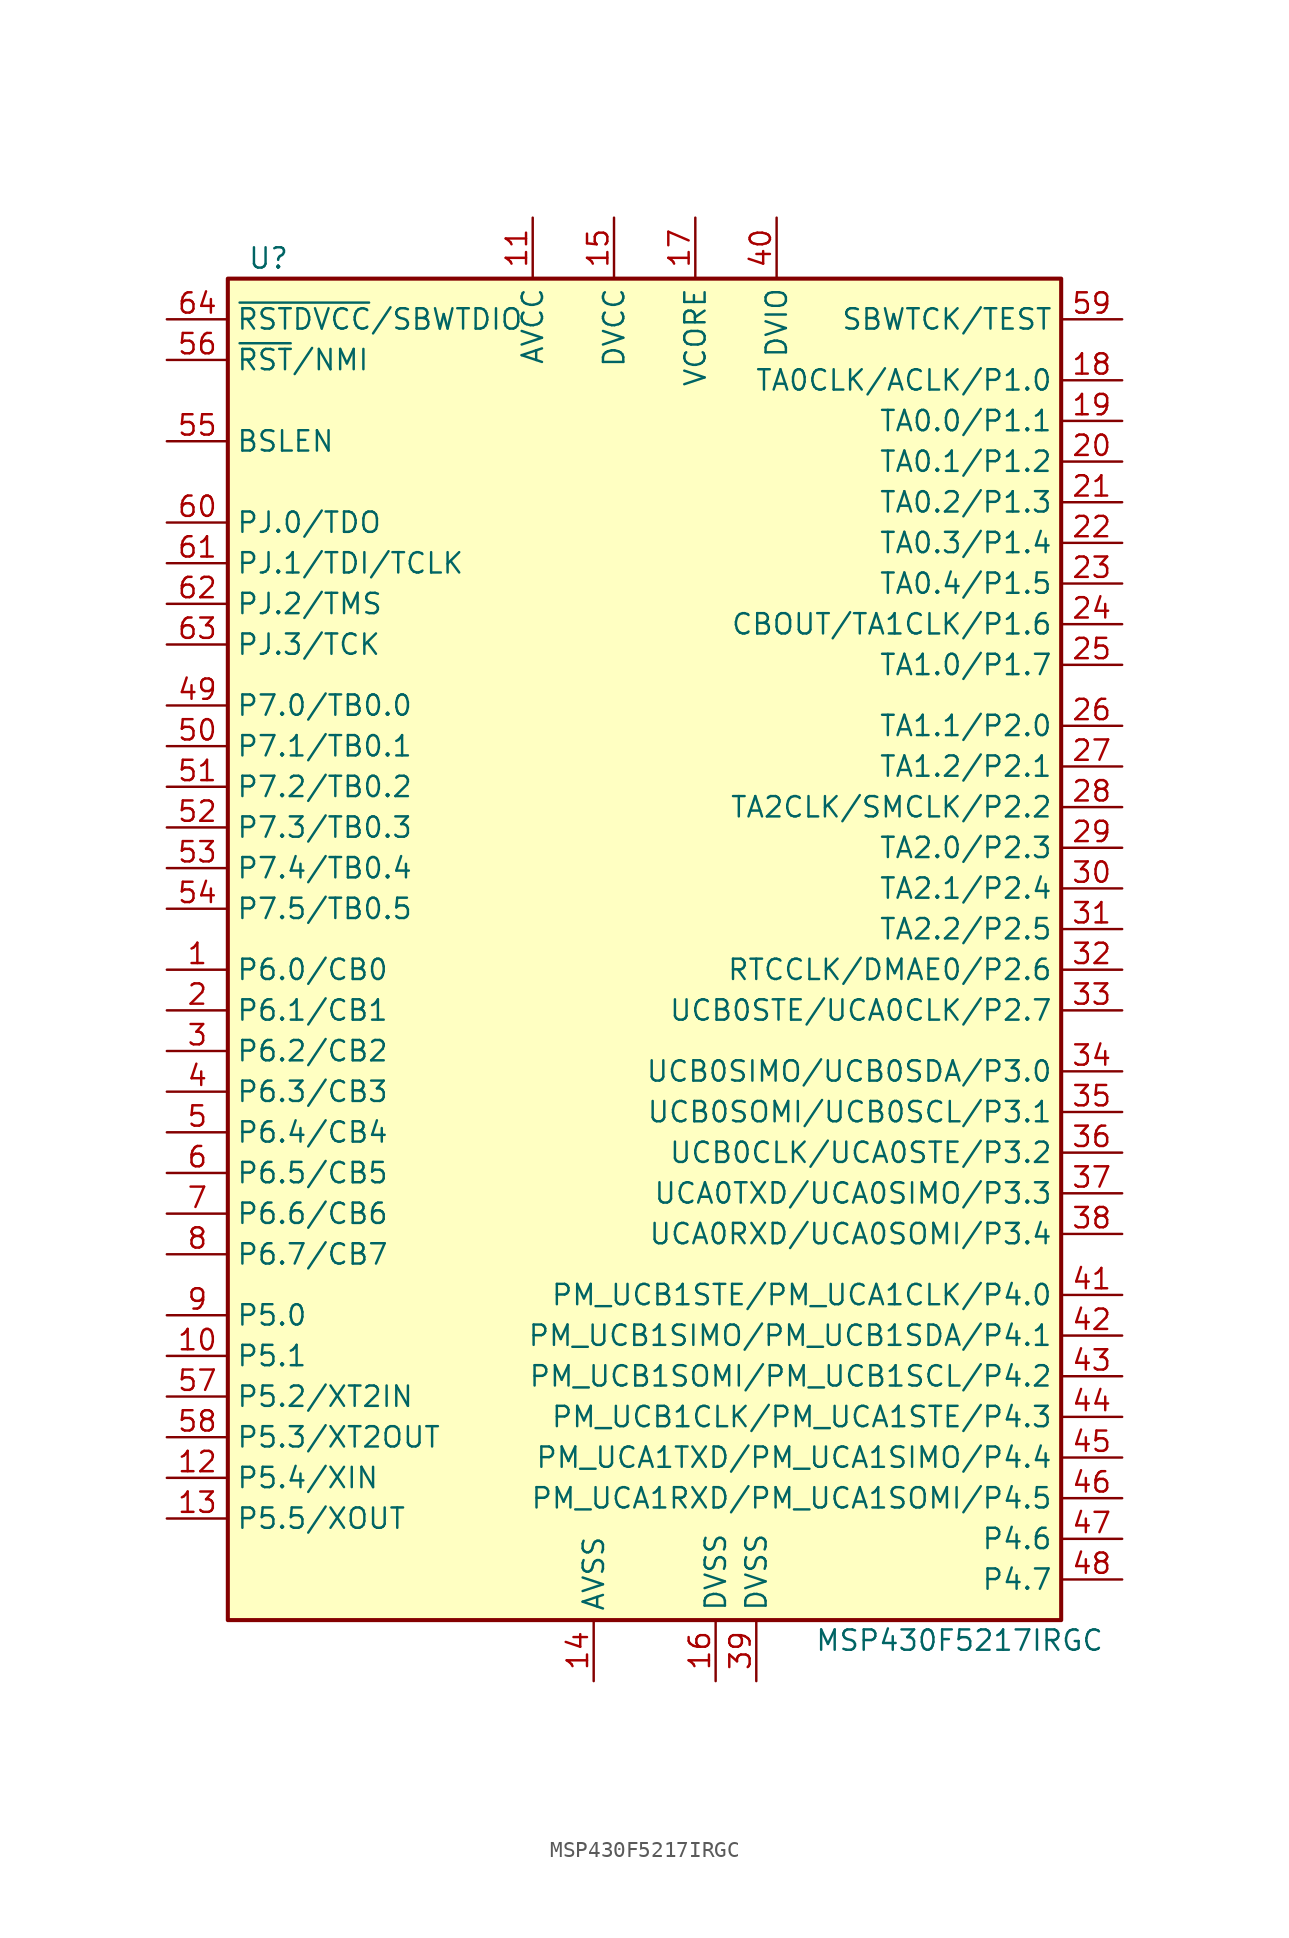
<source format=kicad_sym>
(kicad_symbol_lib
  (version 20201005)
  (generator kicad_symbol_editor)
  (symbol "MCU_Texas_MSP430:MSP430F5217IRGC"
    (property "Reference" "U"
      (at -24.13 43.18 0)
      (effects (font (size 1.27 1.27))))
    (property "Value" "MSP430F5217IRGC"
      (at 19.05 -43.18 0)
      (effects (font (size 1.27 1.27))))
    (symbol "MSP430F5217IRGC_0_1"
      (rectangle (start -26.67 41.91) (end 25.4 -41.91) (stroke (width 0.254)) (fill (type background))))
    (symbol "MSP430F5217IRGC_1_1"
      (pin bidirectional line (at -30.48 -1.27 0) (length 3.81) (name "P6.0/CB0" (effects (font (size 1.27 1.27)))) (number "1" (effects (font (size 1.27 1.27)))))
      (pin bidirectional line (at -30.48 -25.4 0) (length 3.81) (name "P5.1" (effects (font (size 1.27 1.27)))) (number "10" (effects (font (size 1.27 1.27)))))
      (pin power_in line (at -7.62 45.72 270) (length 3.81) (name "AVCC" (effects (font (size 1.27 1.27)))) (number "11" (effects (font (size 1.27 1.27)))))
      (pin bidirectional line (at -30.48 -33.02 0) (length 3.81) (name "P5.4/XIN" (effects (font (size 1.27 1.27)))) (number "12" (effects (font (size 1.27 1.27)))))
      (pin bidirectional line (at -30.48 -35.56 0) (length 3.81) (name "P5.5/XOUT" (effects (font (size 1.27 1.27)))) (number "13" (effects (font (size 1.27 1.27)))))
      (pin power_in line (at -3.81 -45.72 90) (length 3.81) (name "AVSS" (effects (font (size 1.27 1.27)))) (number "14" (effects (font (size 1.27 1.27)))))
      (pin power_in line (at -2.54 45.72 270) (length 3.81) (name "DVCC" (effects (font (size 1.27 1.27)))) (number "15" (effects (font (size 1.27 1.27)))))
      (pin power_in line (at 3.81 -45.72 90) (length 3.81) (name "DVSS" (effects (font (size 1.27 1.27)))) (number "16" (effects (font (size 1.27 1.27)))))
      (pin power_in line (at 2.54 45.72 270) (length 3.81) (name "VCORE" (effects (font (size 1.27 1.27)))) (number "17" (effects (font (size 1.27 1.27)))))
      (pin bidirectional line (at 29.21 35.56 180) (length 3.81) (name "TA0CLK/ACLK/P1.0" (effects (font (size 1.27 1.27)))) (number "18" (effects (font (size 1.27 1.27)))))
      (pin bidirectional line (at 29.21 33.02 180) (length 3.81) (name "TA0.0/P1.1" (effects (font (size 1.27 1.27)))) (number "19" (effects (font (size 1.27 1.27)))))
      (pin bidirectional line (at -30.48 -3.81 0) (length 3.81) (name "P6.1/CB1" (effects (font (size 1.27 1.27)))) (number "2" (effects (font (size 1.27 1.27)))))
      (pin bidirectional line (at 29.21 30.48 180) (length 3.81) (name "TA0.1/P1.2" (effects (font (size 1.27 1.27)))) (number "20" (effects (font (size 1.27 1.27)))))
      (pin bidirectional line (at 29.21 27.94 180) (length 3.81) (name "TA0.2/P1.3" (effects (font (size 1.27 1.27)))) (number "21" (effects (font (size 1.27 1.27)))))
      (pin bidirectional line (at 29.21 25.4 180) (length 3.81) (name "TA0.3/P1.4" (effects (font (size 1.27 1.27)))) (number "22" (effects (font (size 1.27 1.27)))))
      (pin bidirectional line (at 29.21 22.86 180) (length 3.81) (name "TA0.4/P1.5" (effects (font (size 1.27 1.27)))) (number "23" (effects (font (size 1.27 1.27)))))
      (pin bidirectional line (at 29.21 20.32 180) (length 3.81) (name "CBOUT/TA1CLK/P1.6" (effects (font (size 1.27 1.27)))) (number "24" (effects (font (size 1.27 1.27)))))
      (pin bidirectional line (at 29.21 17.78 180) (length 3.81) (name "TA1.0/P1.7" (effects (font (size 1.27 1.27)))) (number "25" (effects (font (size 1.27 1.27)))))
      (pin bidirectional line (at 29.21 13.97 180) (length 3.81) (name "TA1.1/P2.0" (effects (font (size 1.27 1.27)))) (number "26" (effects (font (size 1.27 1.27)))))
      (pin bidirectional line (at 29.21 11.43 180) (length 3.81) (name "TA1.2/P2.1" (effects (font (size 1.27 1.27)))) (number "27" (effects (font (size 1.27 1.27)))))
      (pin bidirectional line (at 29.21 8.89 180) (length 3.81) (name "TA2CLK/SMCLK/P2.2" (effects (font (size 1.27 1.27)))) (number "28" (effects (font (size 1.27 1.27)))))
      (pin bidirectional line (at 29.21 6.35 180) (length 3.81) (name "TA2.0/P2.3" (effects (font (size 1.27 1.27)))) (number "29" (effects (font (size 1.27 1.27)))))
      (pin bidirectional line (at -30.48 -6.35 0) (length 3.81) (name "P6.2/CB2" (effects (font (size 1.27 1.27)))) (number "3" (effects (font (size 1.27 1.27)))))
      (pin bidirectional line (at 29.21 3.81 180) (length 3.81) (name "TA2.1/P2.4" (effects (font (size 1.27 1.27)))) (number "30" (effects (font (size 1.27 1.27)))))
      (pin bidirectional line (at 29.21 1.27 180) (length 3.81) (name "TA2.2/P2.5" (effects (font (size 1.27 1.27)))) (number "31" (effects (font (size 1.27 1.27)))))
      (pin bidirectional line (at 29.21 -1.27 180) (length 3.81) (name "RTCCLK/DMAE0/P2.6" (effects (font (size 1.27 1.27)))) (number "32" (effects (font (size 1.27 1.27)))))
      (pin bidirectional line (at 29.21 -3.81 180) (length 3.81) (name "UCB0STE/UCA0CLK/P2.7" (effects (font (size 1.27 1.27)))) (number "33" (effects (font (size 1.27 1.27)))))
      (pin bidirectional line (at 29.21 -7.62 180) (length 3.81) (name "UCB0SIMO/UCB0SDA/P3.0" (effects (font (size 1.27 1.27)))) (number "34" (effects (font (size 1.27 1.27)))))
      (pin bidirectional line (at 29.21 -10.16 180) (length 3.81) (name "UCB0SOMI/UCB0SCL/P3.1" (effects (font (size 1.27 1.27)))) (number "35" (effects (font (size 1.27 1.27)))))
      (pin bidirectional line (at 29.21 -12.7 180) (length 3.81) (name "UCB0CLK/UCA0STE/P3.2" (effects (font (size 1.27 1.27)))) (number "36" (effects (font (size 1.27 1.27)))))
      (pin bidirectional line (at 29.21 -15.24 180) (length 3.81) (name "UCA0TXD/UCA0SIMO/P3.3" (effects (font (size 1.27 1.27)))) (number "37" (effects (font (size 1.27 1.27)))))
      (pin bidirectional line (at 29.21 -17.78 180) (length 3.81) (name "UCA0RXD/UCA0SOMI/P3.4" (effects (font (size 1.27 1.27)))) (number "38" (effects (font (size 1.27 1.27)))))
      (pin power_in line (at 6.35 -45.72 90) (length 3.81) (name "DVSS" (effects (font (size 1.27 1.27)))) (number "39" (effects (font (size 1.27 1.27)))))
      (pin bidirectional line (at -30.48 -8.89 0) (length 3.81) (name "P6.3/CB3" (effects (font (size 1.27 1.27)))) (number "4" (effects (font (size 1.27 1.27)))))
      (pin power_in line (at 7.62 45.72 270) (length 3.81) (name "DVIO" (effects (font (size 1.27 1.27)))) (number "40" (effects (font (size 1.27 1.27)))))
      (pin bidirectional line (at 29.21 -21.59 180) (length 3.81) (name "PM_UCB1STE/PM_UCA1CLK/P4.0" (effects (font (size 1.27 1.27)))) (number "41" (effects (font (size 1.27 1.27)))))
      (pin bidirectional line (at 29.21 -24.13 180) (length 3.81) (name "PM_UCB1SIMO/PM_UCB1SDA/P4.1" (effects (font (size 1.27 1.27)))) (number "42" (effects (font (size 1.27 1.27)))))
      (pin bidirectional line (at 29.21 -26.67 180) (length 3.81) (name "PM_UCB1SOMI/PM_UCB1SCL/P4.2" (effects (font (size 1.27 1.27)))) (number "43" (effects (font (size 1.27 1.27)))))
      (pin bidirectional line (at 29.21 -29.21 180) (length 3.81) (name "PM_UCB1CLK/PM_UCA1STE/P4.3" (effects (font (size 1.27 1.27)))) (number "44" (effects (font (size 1.27 1.27)))))
      (pin bidirectional line (at 29.21 -31.75 180) (length 3.81) (name "PM_UCA1TXD/PM_UCA1SIMO/P4.4" (effects (font (size 1.27 1.27)))) (number "45" (effects (font (size 1.27 1.27)))))
      (pin bidirectional line (at 29.21 -34.29 180) (length 3.81) (name "PM_UCA1RXD/PM_UCA1SOMI/P4.5" (effects (font (size 1.27 1.27)))) (number "46" (effects (font (size 1.27 1.27)))))
      (pin bidirectional line (at 29.21 -36.83 180) (length 3.81) (name "P4.6" (effects (font (size 1.27 1.27)))) (number "47" (effects (font (size 1.27 1.27)))))
      (pin bidirectional line (at 29.21 -39.37 180) (length 3.81) (name "P4.7" (effects (font (size 1.27 1.27)))) (number "48" (effects (font (size 1.27 1.27)))))
      (pin bidirectional line (at -30.48 15.24 0) (length 3.81) (name "P7.0/TB0.0" (effects (font (size 1.27 1.27)))) (number "49" (effects (font (size 1.27 1.27)))))
      (pin bidirectional line (at -30.48 -11.43 0) (length 3.81) (name "P6.4/CB4" (effects (font (size 1.27 1.27)))) (number "5" (effects (font (size 1.27 1.27)))))
      (pin bidirectional line (at -30.48 12.7 0) (length 3.81) (name "P7.1/TB0.1" (effects (font (size 1.27 1.27)))) (number "50" (effects (font (size 1.27 1.27)))))
      (pin bidirectional line (at -30.48 10.16 0) (length 3.81) (name "P7.2/TB0.2" (effects (font (size 1.27 1.27)))) (number "51" (effects (font (size 1.27 1.27)))))
      (pin bidirectional line (at -30.48 7.62 0) (length 3.81) (name "P7.3/TB0.3" (effects (font (size 1.27 1.27)))) (number "52" (effects (font (size 1.27 1.27)))))
      (pin bidirectional line (at -30.48 5.08 0) (length 3.81) (name "P7.4/TB0.4" (effects (font (size 1.27 1.27)))) (number "53" (effects (font (size 1.27 1.27)))))
      (pin bidirectional line (at -30.48 2.54 0) (length 3.81) (name "P7.5/TB0.5" (effects (font (size 1.27 1.27)))) (number "54" (effects (font (size 1.27 1.27)))))
      (pin bidirectional line (at -30.48 31.75 0) (length 3.81) (name "BSLEN" (effects (font (size 1.27 1.27)))) (number "55" (effects (font (size 1.27 1.27)))))
      (pin input line (at -30.48 36.83 0) (length 3.81) (name "~RST~/NMI" (effects (font (size 1.27 1.27)))) (number "56" (effects (font (size 1.27 1.27)))))
      (pin bidirectional line (at -30.48 -27.94 0) (length 3.81) (name "P5.2/XT2IN" (effects (font (size 1.27 1.27)))) (number "57" (effects (font (size 1.27 1.27)))))
      (pin bidirectional line (at -30.48 -30.48 0) (length 3.81) (name "P5.3/XT2OUT" (effects (font (size 1.27 1.27)))) (number "58" (effects (font (size 1.27 1.27)))))
      (pin input line (at 29.21 39.37 180) (length 3.81) (name "SBWTCK/TEST" (effects (font (size 1.27 1.27)))) (number "59" (effects (font (size 1.27 1.27)))))
      (pin bidirectional line (at -30.48 -13.97 0) (length 3.81) (name "P6.5/CB5" (effects (font (size 1.27 1.27)))) (number "6" (effects (font (size 1.27 1.27)))))
      (pin bidirectional line (at -30.48 26.67 0) (length 3.81) (name "PJ.0/TDO" (effects (font (size 1.27 1.27)))) (number "60" (effects (font (size 1.27 1.27)))))
      (pin bidirectional line (at -30.48 24.13 0) (length 3.81) (name "PJ.1/TDI/TCLK" (effects (font (size 1.27 1.27)))) (number "61" (effects (font (size 1.27 1.27)))))
      (pin bidirectional line (at -30.48 21.59 0) (length 3.81) (name "PJ.2/TMS" (effects (font (size 1.27 1.27)))) (number "62" (effects (font (size 1.27 1.27)))))
      (pin bidirectional line (at -30.48 19.05 0) (length 3.81) (name "PJ.3/TCK" (effects (font (size 1.27 1.27)))) (number "63" (effects (font (size 1.27 1.27)))))
      (pin bidirectional line (at -30.48 39.37 0) (length 3.81) (name "~RSTDVCC~/SBWTDIO" (effects (font (size 1.27 1.27)))) (number "64" (effects (font (size 1.27 1.27)))))
      (pin bidirectional line (at -30.48 -16.51 0) (length 3.81) (name "P6.6/CB6" (effects (font (size 1.27 1.27)))) (number "7" (effects (font (size 1.27 1.27)))))
      (pin bidirectional line (at -30.48 -19.05 0) (length 3.81) (name "P6.7/CB7" (effects (font (size 1.27 1.27)))) (number "8" (effects (font (size 1.27 1.27)))))
      (pin bidirectional line (at -30.48 -22.86 0) (length 3.81) (name "P5.0" (effects (font (size 1.27 1.27)))) (number "9" (effects (font (size 1.27 1.27))))))))
</source>
